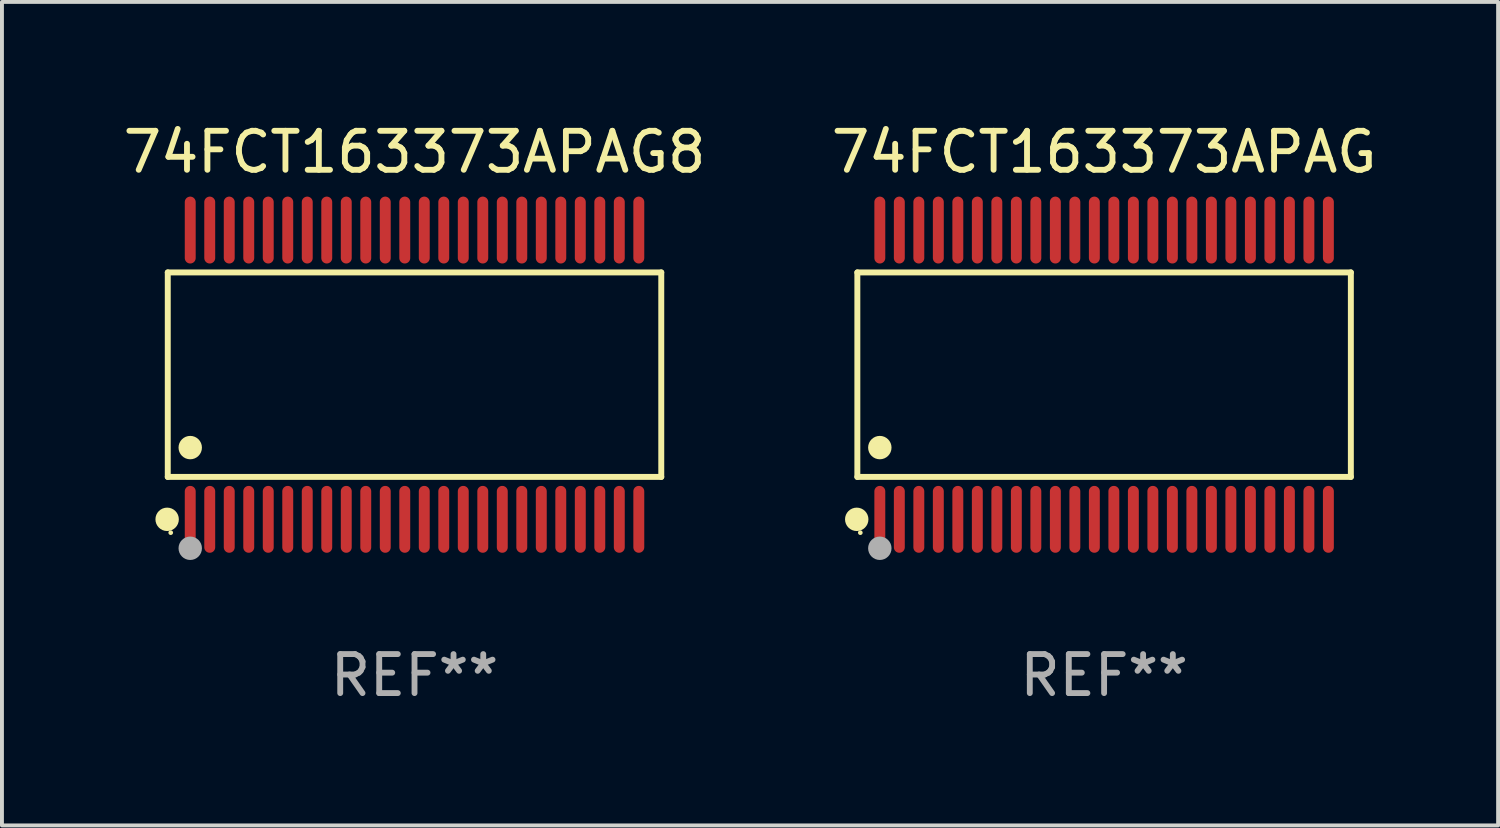
<source format=kicad_pcb>
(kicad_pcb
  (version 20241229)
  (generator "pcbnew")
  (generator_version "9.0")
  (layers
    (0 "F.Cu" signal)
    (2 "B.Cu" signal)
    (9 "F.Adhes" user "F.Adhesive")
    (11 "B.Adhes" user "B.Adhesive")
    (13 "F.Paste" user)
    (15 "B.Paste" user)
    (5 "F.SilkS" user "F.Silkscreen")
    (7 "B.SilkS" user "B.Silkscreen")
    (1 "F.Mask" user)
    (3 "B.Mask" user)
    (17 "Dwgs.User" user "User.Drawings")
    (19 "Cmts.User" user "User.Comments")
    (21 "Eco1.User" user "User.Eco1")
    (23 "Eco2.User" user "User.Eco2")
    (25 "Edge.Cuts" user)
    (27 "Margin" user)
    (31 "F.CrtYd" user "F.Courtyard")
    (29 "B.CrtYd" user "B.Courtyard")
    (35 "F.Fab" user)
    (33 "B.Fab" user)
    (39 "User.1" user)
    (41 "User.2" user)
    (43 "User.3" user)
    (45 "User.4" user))
  (footprint "74FCT163373APAG8"
    (layer "F.Cu")
    (at 7.577 6.556)
    (property "Reference" "74FCT163373APAG8" (at 0 -5.708 0) (layer "F.SilkS") (effects (font (size 1 1) (thickness 0.15))))
    (attr through_hole)
    (fp_line (start -6.326 -2.622) (end 6.326 -2.622) (stroke (width 0.152) (type solid)) (layer "F.SilkS"))
    (fp_line (start -6.326 2.621) (end -6.326 -2.622) (stroke (width 0.152) (type solid)) (layer "F.SilkS"))
    (fp_line (start 6.326 -2.622) (end 6.326 2.621) (stroke (width 0.152) (type solid)) (layer "F.SilkS"))
    (fp_line (start 6.326 2.621) (end -6.326 2.621) (stroke (width 0.152) (type solid)) (layer "F.SilkS"))
    (fp_circle (center -6.342 3.708) (end -6.192 3.708) (stroke (width 0.3) (type solid)) (fill no) (layer "F.SilkS"))
    (fp_circle (center -6.25 4.05) (end -6.22 4.05) (stroke (width 0.06) (type solid)) (fill no) (layer "F.SilkS"))
    (fp_circle (center -5.75 1.869) (end -5.6 1.869) (stroke (width 0.3) (type solid)) (fill no) (layer "F.SilkS"))
    (fp_circle (center -5.75 4.45) (end -5.6 4.45) (stroke (width 0.3) (type solid)) (fill no) (layer "F.Fab"))
    (fp_text user "REF**" (at 0 7.708 0) (layer "F.Fab") (effects (font (size 1 1) (thickness 0.15))))
    (pad "1" smd oval (at -5.75 3.708) (size 0.28 1.715) (layers "F.Cu" "F.Mask" "F.Paste"))
    (pad "2" smd oval (at -5.25 3.708) (size 0.28 1.715) (layers "F.Cu" "F.Mask" "F.Paste"))
    (pad "3" smd oval (at -4.75 3.708) (size 0.28 1.715) (layers "F.Cu" "F.Mask" "F.Paste"))
    (pad "4" smd oval (at -4.25 3.708) (size 0.28 1.715) (layers "F.Cu" "F.Mask" "F.Paste"))
    (pad "5" smd oval (at -3.75 3.708) (size 0.28 1.715) (layers "F.Cu" "F.Mask" "F.Paste"))
    (pad "6" smd oval (at -3.25 3.708) (size 0.28 1.715) (layers "F.Cu" "F.Mask" "F.Paste"))
    (pad "7" smd oval (at -2.75 3.708) (size 0.28 1.715) (layers "F.Cu" "F.Mask" "F.Paste"))
    (pad "8" smd oval (at -2.25 3.708) (size 0.28 1.715) (layers "F.Cu" "F.Mask" "F.Paste"))
    (pad "9" smd oval (at -1.75 3.708) (size 0.28 1.715) (layers "F.Cu" "F.Mask" "F.Paste"))
    (pad "10" smd oval (at -1.25 3.708) (size 0.28 1.715) (layers "F.Cu" "F.Mask" "F.Paste"))
    (pad "11" smd oval (at -0.75 3.708) (size 0.28 1.715) (layers "F.Cu" "F.Mask" "F.Paste"))
    (pad "12" smd oval (at -0.25 3.708) (size 0.28 1.715) (layers "F.Cu" "F.Mask" "F.Paste"))
    (pad "13" smd oval (at 0.25 3.708) (size 0.28 1.715) (layers "F.Cu" "F.Mask" "F.Paste"))
    (pad "14" smd oval (at 0.75 3.708) (size 0.28 1.715) (layers "F.Cu" "F.Mask" "F.Paste"))
    (pad "15" smd oval (at 1.25 3.708) (size 0.28 1.715) (layers "F.Cu" "F.Mask" "F.Paste"))
    (pad "16" smd oval (at 1.75 3.708) (size 0.28 1.715) (layers "F.Cu" "F.Mask" "F.Paste"))
    (pad "17" smd oval (at 2.25 3.708) (size 0.28 1.715) (layers "F.Cu" "F.Mask" "F.Paste"))
    (pad "18" smd oval (at 2.75 3.708) (size 0.28 1.715) (layers "F.Cu" "F.Mask" "F.Paste"))
    (pad "19" smd oval (at 3.25 3.708) (size 0.28 1.715) (layers "F.Cu" "F.Mask" "F.Paste"))
    (pad "20" smd oval (at 3.75 3.708) (size 0.28 1.715) (layers "F.Cu" "F.Mask" "F.Paste"))
    (pad "21" smd oval (at 4.25 3.708) (size 0.28 1.715) (layers "F.Cu" "F.Mask" "F.Paste"))
    (pad "22" smd oval (at 4.75 3.708) (size 0.28 1.715) (layers "F.Cu" "F.Mask" "F.Paste"))
    (pad "23" smd oval (at 5.25 3.708) (size 0.28 1.715) (layers "F.Cu" "F.Mask" "F.Paste"))
    (pad "24" smd oval (at 5.75 3.708) (size 0.28 1.715) (layers "F.Cu" "F.Mask" "F.Paste"))
    (pad "25" smd oval (at 5.75 -3.708) (size 0.28 1.715) (layers "F.Cu" "F.Mask" "F.Paste"))
    (pad "26" smd oval (at 5.25 -3.708) (size 0.28 1.715) (layers "F.Cu" "F.Mask" "F.Paste"))
    (pad "27" smd oval (at 4.75 -3.708) (size 0.28 1.715) (layers "F.Cu" "F.Mask" "F.Paste"))
    (pad "28" smd oval (at 4.25 -3.708) (size 0.28 1.715) (layers "F.Cu" "F.Mask" "F.Paste"))
    (pad "29" smd oval (at 3.75 -3.708) (size 0.28 1.715) (layers "F.Cu" "F.Mask" "F.Paste"))
    (pad "30" smd oval (at 3.25 -3.708) (size 0.28 1.715) (layers "F.Cu" "F.Mask" "F.Paste"))
    (pad "31" smd oval (at 2.75 -3.708) (size 0.28 1.715) (layers "F.Cu" "F.Mask" "F.Paste"))
    (pad "32" smd oval (at 2.25 -3.708) (size 0.28 1.715) (layers "F.Cu" "F.Mask" "F.Paste"))
    (pad "33" smd oval (at 1.75 -3.708) (size 0.28 1.715) (layers "F.Cu" "F.Mask" "F.Paste"))
    (pad "34" smd oval (at 1.25 -3.708) (size 0.28 1.715) (layers "F.Cu" "F.Mask" "F.Paste"))
    (pad "35" smd oval (at 0.75 -3.708) (size 0.28 1.715) (layers "F.Cu" "F.Mask" "F.Paste"))
    (pad "36" smd oval (at 0.25 -3.708) (size 0.28 1.715) (layers "F.Cu" "F.Mask" "F.Paste"))
    (pad "37" smd oval (at -0.25 -3.708) (size 0.28 1.715) (layers "F.Cu" "F.Mask" "F.Paste"))
    (pad "38" smd oval (at -0.75 -3.708) (size 0.28 1.715) (layers "F.Cu" "F.Mask" "F.Paste"))
    (pad "39" smd oval (at -1.25 -3.708) (size 0.28 1.715) (layers "F.Cu" "F.Mask" "F.Paste"))
    (pad "40" smd oval (at -1.75 -3.708) (size 0.28 1.715) (layers "F.Cu" "F.Mask" "F.Paste"))
    (pad "41" smd oval (at -2.25 -3.708) (size 0.28 1.715) (layers "F.Cu" "F.Mask" "F.Paste"))
    (pad "42" smd oval (at -2.75 -3.708) (size 0.28 1.715) (layers "F.Cu" "F.Mask" "F.Paste"))
    (pad "43" smd oval (at -3.25 -3.708) (size 0.28 1.715) (layers "F.Cu" "F.Mask" "F.Paste"))
    (pad "44" smd oval (at -3.75 -3.708) (size 0.28 1.715) (layers "F.Cu" "F.Mask" "F.Paste"))
    (pad "45" smd oval (at -4.25 -3.708) (size 0.28 1.715) (layers "F.Cu" "F.Mask" "F.Paste"))
    (pad "46" smd oval (at -4.75 -3.708) (size 0.28 1.715) (layers "F.Cu" "F.Mask" "F.Paste"))
    (pad "47" smd oval (at -5.25 -3.708) (size 0.28 1.715) (layers "F.Cu" "F.Mask" "F.Paste"))
    (pad "48" smd oval (at -5.75 -3.708) (size 0.28 1.715) (layers "F.Cu" "F.Mask" "F.Paste")))
  (footprint "74FCT163373APAG"
    (layer "F.Cu")
    (at 25.256 6.556)
    (property "Reference" "74FCT163373APAG" (at 0 -5.708 0) (layer "F.SilkS") (effects (font (size 1 1) (thickness 0.15))))
    (attr through_hole)
    (fp_line (start -6.326 -2.622) (end 6.326 -2.622) (stroke (width 0.152) (type solid)) (layer "F.SilkS"))
    (fp_line (start -6.326 2.621) (end -6.326 -2.622) (stroke (width 0.152) (type solid)) (layer "F.SilkS"))
    (fp_line (start 6.326 -2.622) (end 6.326 2.621) (stroke (width 0.152) (type solid)) (layer "F.SilkS"))
    (fp_line (start 6.326 2.621) (end -6.326 2.621) (stroke (width 0.152) (type solid)) (layer "F.SilkS"))
    (fp_circle (center -6.342 3.708) (end -6.192 3.708) (stroke (width 0.3) (type solid)) (fill no) (layer "F.SilkS"))
    (fp_circle (center -6.25 4.05) (end -6.22 4.05) (stroke (width 0.06) (type solid)) (fill no) (layer "F.SilkS"))
    (fp_circle (center -5.75 1.869) (end -5.6 1.869) (stroke (width 0.3) (type solid)) (fill no) (layer "F.SilkS"))
    (fp_circle (center -5.75 4.45) (end -5.6 4.45) (stroke (width 0.3) (type solid)) (fill no) (layer "F.Fab"))
    (fp_text user "REF**" (at 0 7.708 0) (layer "F.Fab") (effects (font (size 1 1) (thickness 0.15))))
    (pad "1" smd oval (at -5.75 3.708) (size 0.28 1.715) (layers "F.Cu" "F.Mask" "F.Paste"))
    (pad "2" smd oval (at -5.25 3.708) (size 0.28 1.715) (layers "F.Cu" "F.Mask" "F.Paste"))
    (pad "3" smd oval (at -4.75 3.708) (size 0.28 1.715) (layers "F.Cu" "F.Mask" "F.Paste"))
    (pad "4" smd oval (at -4.25 3.708) (size 0.28 1.715) (layers "F.Cu" "F.Mask" "F.Paste"))
    (pad "5" smd oval (at -3.75 3.708) (size 0.28 1.715) (layers "F.Cu" "F.Mask" "F.Paste"))
    (pad "6" smd oval (at -3.25 3.708) (size 0.28 1.715) (layers "F.Cu" "F.Mask" "F.Paste"))
    (pad "7" smd oval (at -2.75 3.708) (size 0.28 1.715) (layers "F.Cu" "F.Mask" "F.Paste"))
    (pad "8" smd oval (at -2.25 3.708) (size 0.28 1.715) (layers "F.Cu" "F.Mask" "F.Paste"))
    (pad "9" smd oval (at -1.75 3.708) (size 0.28 1.715) (layers "F.Cu" "F.Mask" "F.Paste"))
    (pad "10" smd oval (at -1.25 3.708) (size 0.28 1.715) (layers "F.Cu" "F.Mask" "F.Paste"))
    (pad "11" smd oval (at -0.75 3.708) (size 0.28 1.715) (layers "F.Cu" "F.Mask" "F.Paste"))
    (pad "12" smd oval (at -0.25 3.708) (size 0.28 1.715) (layers "F.Cu" "F.Mask" "F.Paste"))
    (pad "13" smd oval (at 0.25 3.708) (size 0.28 1.715) (layers "F.Cu" "F.Mask" "F.Paste"))
    (pad "14" smd oval (at 0.75 3.708) (size 0.28 1.715) (layers "F.Cu" "F.Mask" "F.Paste"))
    (pad "15" smd oval (at 1.25 3.708) (size 0.28 1.715) (layers "F.Cu" "F.Mask" "F.Paste"))
    (pad "16" smd oval (at 1.75 3.708) (size 0.28 1.715) (layers "F.Cu" "F.Mask" "F.Paste"))
    (pad "17" smd oval (at 2.25 3.708) (size 0.28 1.715) (layers "F.Cu" "F.Mask" "F.Paste"))
    (pad "18" smd oval (at 2.75 3.708) (size 0.28 1.715) (layers "F.Cu" "F.Mask" "F.Paste"))
    (pad "19" smd oval (at 3.25 3.708) (size 0.28 1.715) (layers "F.Cu" "F.Mask" "F.Paste"))
    (pad "20" smd oval (at 3.75 3.708) (size 0.28 1.715) (layers "F.Cu" "F.Mask" "F.Paste"))
    (pad "21" smd oval (at 4.25 3.708) (size 0.28 1.715) (layers "F.Cu" "F.Mask" "F.Paste"))
    (pad "22" smd oval (at 4.75 3.708) (size 0.28 1.715) (layers "F.Cu" "F.Mask" "F.Paste"))
    (pad "23" smd oval (at 5.25 3.708) (size 0.28 1.715) (layers "F.Cu" "F.Mask" "F.Paste"))
    (pad "24" smd oval (at 5.75 3.708) (size 0.28 1.715) (layers "F.Cu" "F.Mask" "F.Paste"))
    (pad "25" smd oval (at 5.75 -3.708) (size 0.28 1.715) (layers "F.Cu" "F.Mask" "F.Paste"))
    (pad "26" smd oval (at 5.25 -3.708) (size 0.28 1.715) (layers "F.Cu" "F.Mask" "F.Paste"))
    (pad "27" smd oval (at 4.75 -3.708) (size 0.28 1.715) (layers "F.Cu" "F.Mask" "F.Paste"))
    (pad "28" smd oval (at 4.25 -3.708) (size 0.28 1.715) (layers "F.Cu" "F.Mask" "F.Paste"))
    (pad "29" smd oval (at 3.75 -3.708) (size 0.28 1.715) (layers "F.Cu" "F.Mask" "F.Paste"))
    (pad "30" smd oval (at 3.25 -3.708) (size 0.28 1.715) (layers "F.Cu" "F.Mask" "F.Paste"))
    (pad "31" smd oval (at 2.75 -3.708) (size 0.28 1.715) (layers "F.Cu" "F.Mask" "F.Paste"))
    (pad "32" smd oval (at 2.25 -3.708) (size 0.28 1.715) (layers "F.Cu" "F.Mask" "F.Paste"))
    (pad "33" smd oval (at 1.75 -3.708) (size 0.28 1.715) (layers "F.Cu" "F.Mask" "F.Paste"))
    (pad "34" smd oval (at 1.25 -3.708) (size 0.28 1.715) (layers "F.Cu" "F.Mask" "F.Paste"))
    (pad "35" smd oval (at 0.75 -3.708) (size 0.28 1.715) (layers "F.Cu" "F.Mask" "F.Paste"))
    (pad "36" smd oval (at 0.25 -3.708) (size 0.28 1.715) (layers "F.Cu" "F.Mask" "F.Paste"))
    (pad "37" smd oval (at -0.25 -3.708) (size 0.28 1.715) (layers "F.Cu" "F.Mask" "F.Paste"))
    (pad "38" smd oval (at -0.75 -3.708) (size 0.28 1.715) (layers "F.Cu" "F.Mask" "F.Paste"))
    (pad "39" smd oval (at -1.25 -3.708) (size 0.28 1.715) (layers "F.Cu" "F.Mask" "F.Paste"))
    (pad "40" smd oval (at -1.75 -3.708) (size 0.28 1.715) (layers "F.Cu" "F.Mask" "F.Paste"))
    (pad "41" smd oval (at -2.25 -3.708) (size 0.28 1.715) (layers "F.Cu" "F.Mask" "F.Paste"))
    (pad "42" smd oval (at -2.75 -3.708) (size 0.28 1.715) (layers "F.Cu" "F.Mask" "F.Paste"))
    (pad "43" smd oval (at -3.25 -3.708) (size 0.28 1.715) (layers "F.Cu" "F.Mask" "F.Paste"))
    (pad "44" smd oval (at -3.75 -3.708) (size 0.28 1.715) (layers "F.Cu" "F.Mask" "F.Paste"))
    (pad "45" smd oval (at -4.25 -3.708) (size 0.28 1.715) (layers "F.Cu" "F.Mask" "F.Paste"))
    (pad "46" smd oval (at -4.75 -3.708) (size 0.28 1.715) (layers "F.Cu" "F.Mask" "F.Paste"))
    (pad "47" smd oval (at -5.25 -3.708) (size 0.28 1.715) (layers "F.Cu" "F.Mask" "F.Paste"))
    (pad "48" smd oval (at -5.75 -3.708) (size 0.28 1.715) (layers "F.Cu" "F.Mask" "F.Paste")))
  (gr_rect
    (start -3 -3)
    (end 35.357 18.112)
    (stroke (width 0.1) (type default))
    (fill no)
    (layer "Edge.Cuts")))
</source>
